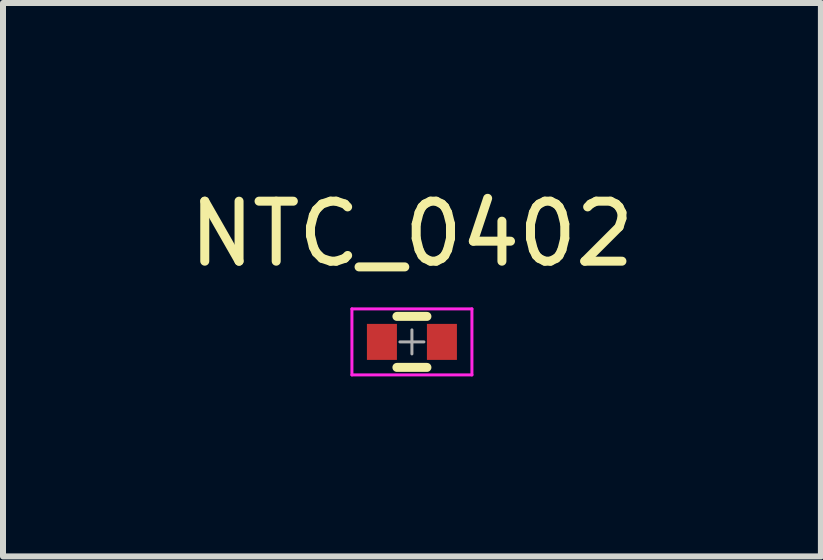
<source format=kicad_pcb>
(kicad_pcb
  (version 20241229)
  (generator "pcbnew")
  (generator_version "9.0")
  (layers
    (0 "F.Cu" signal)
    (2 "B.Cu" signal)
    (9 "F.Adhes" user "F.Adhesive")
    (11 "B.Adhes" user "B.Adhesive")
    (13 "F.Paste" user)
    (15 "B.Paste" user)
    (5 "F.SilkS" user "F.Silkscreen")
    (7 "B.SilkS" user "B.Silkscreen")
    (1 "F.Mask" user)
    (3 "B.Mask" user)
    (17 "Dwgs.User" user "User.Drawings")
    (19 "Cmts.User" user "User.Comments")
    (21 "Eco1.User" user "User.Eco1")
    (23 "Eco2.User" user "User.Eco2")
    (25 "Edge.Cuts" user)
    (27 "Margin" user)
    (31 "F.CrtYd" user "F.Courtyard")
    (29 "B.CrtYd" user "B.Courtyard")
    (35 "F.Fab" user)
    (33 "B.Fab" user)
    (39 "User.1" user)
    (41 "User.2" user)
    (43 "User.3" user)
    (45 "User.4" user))
  (footprint "NTC_0402"
    (layer "F.Cu")
    (at 3.815 2.648)
    (property "Reference" "NTC_0402" (at 0 -1.8 0) (layer "F.SilkS") (effects (font (size 1 1) (thickness 0.15))))
    (attr smd)
    (fp_line (start -0.25 0.425) (end 0.25 0.425) (stroke (width 0.15) (type solid)) (layer "F.SilkS"))
    (fp_line (start 0.25 -0.425) (end -0.25 -0.425) (stroke (width 0.15) (type solid)) (layer "F.SilkS"))
    (fp_line (start -1 -0.55) (end -1 0.55) (stroke (width 0.05) (type solid)) (layer "F.CrtYd"))
    (fp_line (start -1 -0.55) (end 1 -0.55) (stroke (width 0.05) (type solid)) (layer "F.CrtYd"))
    (fp_line (start -1 0.55) (end 1 0.55) (stroke (width 0.05) (type solid)) (layer "F.CrtYd"))
    (fp_line (start 1 -0.55) (end 1 0.55) (stroke (width 0.05) (type solid)) (layer "F.CrtYd"))
    (fp_line (start -0.2 0) (end 0.2 0) (stroke (width 0.05) (type solid)) (layer "F.Fab"))
    (fp_line (start 0 -0.2) (end 0 0.2) (stroke (width 0.05) (type solid)) (layer "F.Fab"))
    (pad "1" smd rect (at -0.5 0) (size 0.5 0.6) (layers "F.Cu" "F.Mask" "F.Paste"))
    (pad "2" smd rect (at 0.5 0) (size 0.5 0.6) (layers "F.Cu" "F.Mask" "F.Paste")))
  (gr_rect
    (start -3 -3)
    (end 10.631 6.223)
    (stroke (width 0.1) (type default))
    (fill no)
    (layer "Edge.Cuts")))
</source>
